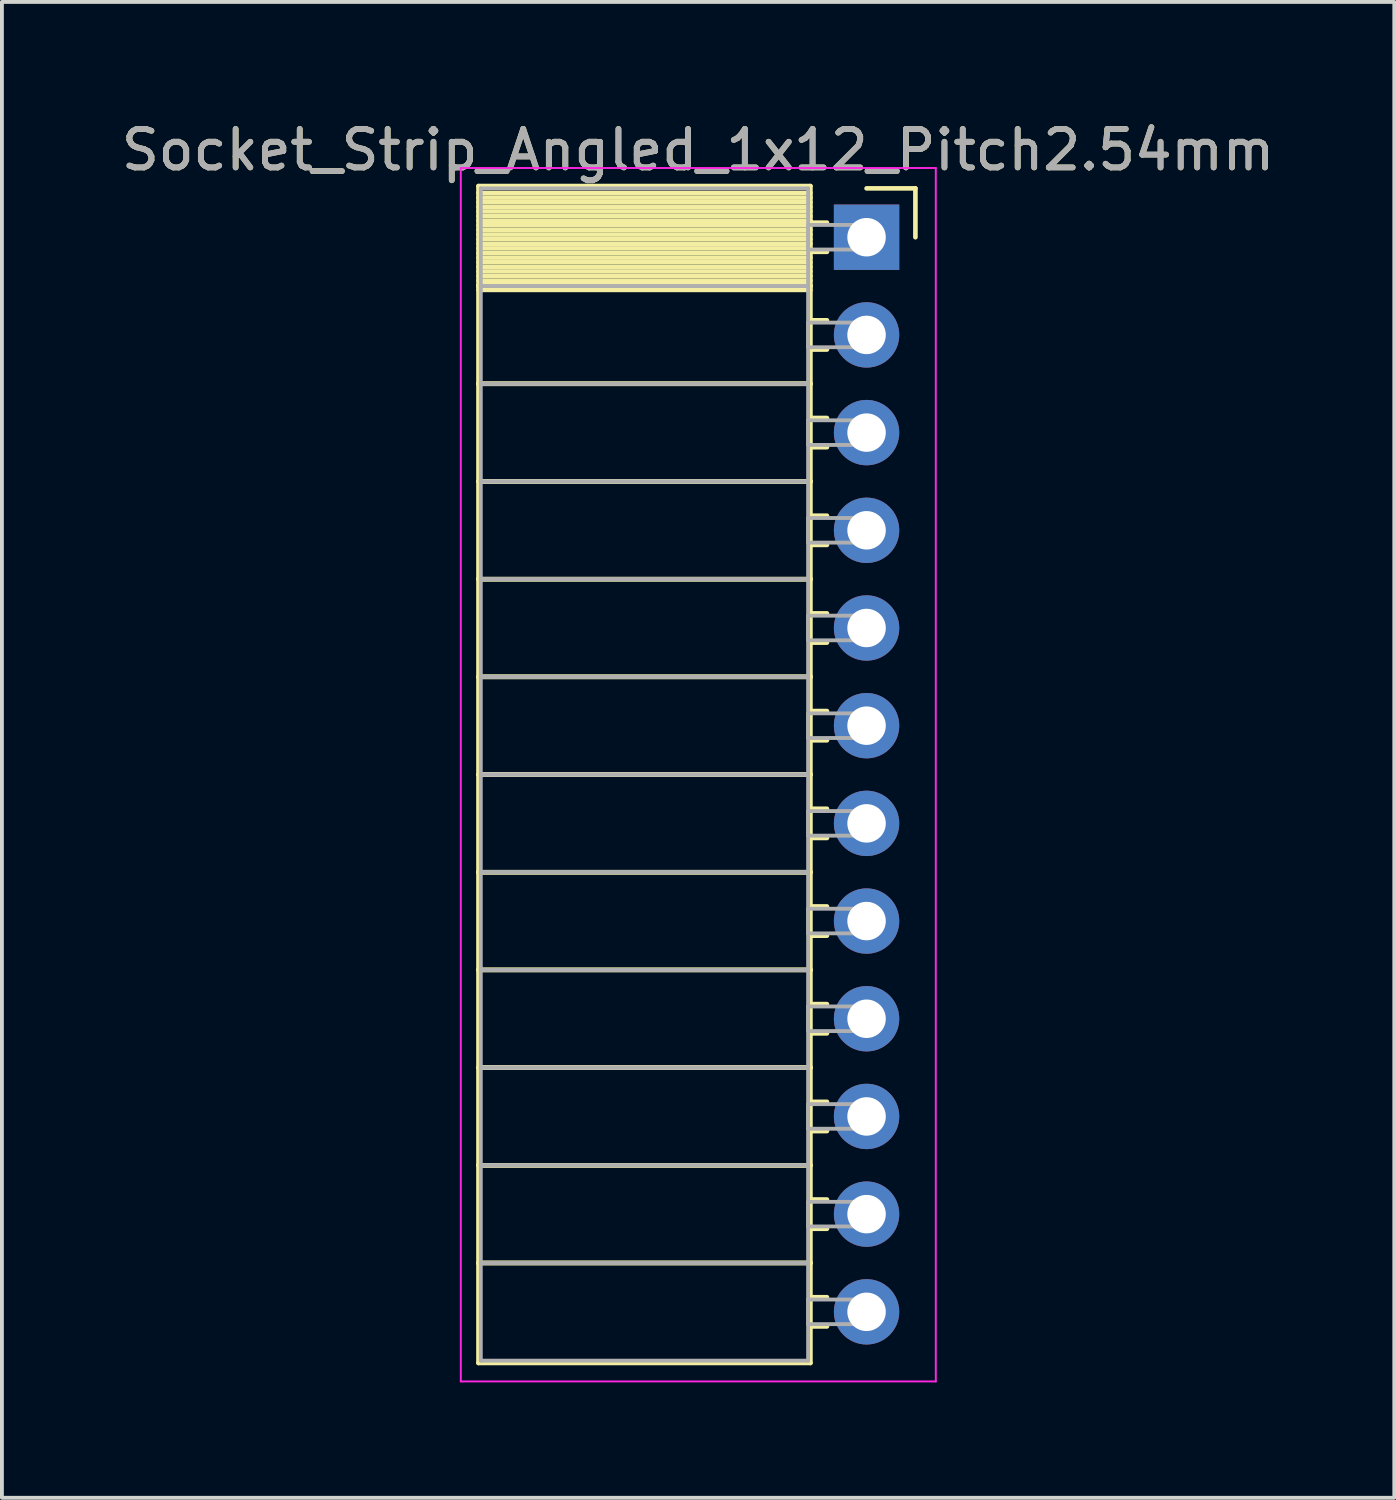
<source format=kicad_pcb>
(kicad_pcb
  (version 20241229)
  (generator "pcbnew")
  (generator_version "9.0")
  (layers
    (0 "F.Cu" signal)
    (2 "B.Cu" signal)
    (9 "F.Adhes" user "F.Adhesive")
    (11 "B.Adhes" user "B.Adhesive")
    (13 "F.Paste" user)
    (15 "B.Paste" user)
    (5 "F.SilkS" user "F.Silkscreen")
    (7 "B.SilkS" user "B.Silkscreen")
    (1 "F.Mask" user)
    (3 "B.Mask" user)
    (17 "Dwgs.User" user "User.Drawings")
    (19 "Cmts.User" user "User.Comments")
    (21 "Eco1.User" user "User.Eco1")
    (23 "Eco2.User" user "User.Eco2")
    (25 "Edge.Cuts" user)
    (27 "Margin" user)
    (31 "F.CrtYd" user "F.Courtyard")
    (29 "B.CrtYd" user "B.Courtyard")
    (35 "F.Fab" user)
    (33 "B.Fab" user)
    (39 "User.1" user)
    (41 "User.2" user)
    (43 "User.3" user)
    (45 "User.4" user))
  (footprint "Socket_Strip_Angled_1x12_Pitch2.54mm"
    (layer "F.Cu")
    (at 19.481 3.118)
    (property "Reference" "Socket_Strip_Angled_1x12_Pitch2.54mm" (at -4.38 -2.27 0) (layer "F.SilkS") (effects (font (size 1 1) (thickness 0.15))))
    (attr through_hole)
    (fp_line (start -10.09 -1.33) (end -1.46 -1.33) (stroke (width 0.12) (type solid)) (layer "F.SilkS"))
    (fp_line (start -10.09 1.27) (end -10.09 -1.33) (stroke (width 0.12) (type solid)) (layer "F.SilkS"))
    (fp_line (start -10.09 1.27) (end -1.46 1.27) (stroke (width 0.12) (type solid)) (layer "F.SilkS"))
    (fp_line (start -10.09 3.81) (end -10.09 1.27) (stroke (width 0.12) (type solid)) (layer "F.SilkS"))
    (fp_line (start -10.09 3.81) (end -1.46 3.81) (stroke (width 0.12) (type solid)) (layer "F.SilkS"))
    (fp_line (start -10.09 6.35) (end -10.09 3.81) (stroke (width 0.12) (type solid)) (layer "F.SilkS"))
    (fp_line (start -10.09 6.35) (end -1.46 6.35) (stroke (width 0.12) (type solid)) (layer "F.SilkS"))
    (fp_line (start -10.09 8.89) (end -10.09 6.35) (stroke (width 0.12) (type solid)) (layer "F.SilkS"))
    (fp_line (start -10.09 8.89) (end -1.46 8.89) (stroke (width 0.12) (type solid)) (layer "F.SilkS"))
    (fp_line (start -10.09 11.43) (end -10.09 8.89) (stroke (width 0.12) (type solid)) (layer "F.SilkS"))
    (fp_line (start -10.09 11.43) (end -1.46 11.43) (stroke (width 0.12) (type solid)) (layer "F.SilkS"))
    (fp_line (start -10.09 13.97) (end -10.09 11.43) (stroke (width 0.12) (type solid)) (layer "F.SilkS"))
    (fp_line (start -10.09 13.97) (end -1.46 13.97) (stroke (width 0.12) (type solid)) (layer "F.SilkS"))
    (fp_line (start -10.09 16.51) (end -10.09 13.97) (stroke (width 0.12) (type solid)) (layer "F.SilkS"))
    (fp_line (start -10.09 16.51) (end -1.46 16.51) (stroke (width 0.12) (type solid)) (layer "F.SilkS"))
    (fp_line (start -10.09 19.05) (end -10.09 16.51) (stroke (width 0.12) (type solid)) (layer "F.SilkS"))
    (fp_line (start -10.09 19.05) (end -1.46 19.05) (stroke (width 0.12) (type solid)) (layer "F.SilkS"))
    (fp_line (start -10.09 21.59) (end -10.09 19.05) (stroke (width 0.12) (type solid)) (layer "F.SilkS"))
    (fp_line (start -10.09 21.59) (end -1.46 21.59) (stroke (width 0.12) (type solid)) (layer "F.SilkS"))
    (fp_line (start -10.09 24.13) (end -10.09 21.59) (stroke (width 0.12) (type solid)) (layer "F.SilkS"))
    (fp_line (start -10.09 24.13) (end -1.46 24.13) (stroke (width 0.12) (type solid)) (layer "F.SilkS"))
    (fp_line (start -10.09 26.67) (end -10.09 24.13) (stroke (width 0.12) (type solid)) (layer "F.SilkS"))
    (fp_line (start -10.09 26.67) (end -1.46 26.67) (stroke (width 0.12) (type solid)) (layer "F.SilkS"))
    (fp_line (start -10.09 29.27) (end -10.09 26.67) (stroke (width 0.12) (type solid)) (layer "F.SilkS"))
    (fp_line (start -1.46 -1.33) (end -1.46 1.27) (stroke (width 0.12) (type solid)) (layer "F.SilkS"))
    (fp_line (start -1.46 -1.15) (end -10.09 -1.15) (stroke (width 0.12) (type solid)) (layer "F.SilkS"))
    (fp_line (start -1.46 -1.03) (end -10.09 -1.03) (stroke (width 0.12) (type solid)) (layer "F.SilkS"))
    (fp_line (start -1.46 -0.91) (end -10.09 -0.91) (stroke (width 0.12) (type solid)) (layer "F.SilkS"))
    (fp_line (start -1.46 -0.79) (end -10.09 -0.79) (stroke (width 0.12) (type solid)) (layer "F.SilkS"))
    (fp_line (start -1.46 -0.67) (end -10.09 -0.67) (stroke (width 0.12) (type solid)) (layer "F.SilkS"))
    (fp_line (start -1.46 -0.55) (end -10.09 -0.55) (stroke (width 0.12) (type solid)) (layer "F.SilkS"))
    (fp_line (start -1.46 -0.43) (end -10.09 -0.43) (stroke (width 0.12) (type solid)) (layer "F.SilkS"))
    (fp_line (start -1.46 -0.31) (end -10.09 -0.31) (stroke (width 0.12) (type solid)) (layer "F.SilkS"))
    (fp_line (start -1.46 -0.19) (end -10.09 -0.19) (stroke (width 0.12) (type solid)) (layer "F.SilkS"))
    (fp_line (start -1.46 -0.07) (end -10.09 -0.07) (stroke (width 0.12) (type solid)) (layer "F.SilkS"))
    (fp_line (start -1.46 0.05) (end -10.09 0.05) (stroke (width 0.12) (type solid)) (layer "F.SilkS"))
    (fp_line (start -1.46 0.17) (end -10.09 0.17) (stroke (width 0.12) (type solid)) (layer "F.SilkS"))
    (fp_line (start -1.46 0.29) (end -10.09 0.29) (stroke (width 0.12) (type solid)) (layer "F.SilkS"))
    (fp_line (start -1.46 0.41) (end -10.09 0.41) (stroke (width 0.12) (type solid)) (layer "F.SilkS"))
    (fp_line (start -1.46 0.53) (end -10.09 0.53) (stroke (width 0.12) (type solid)) (layer "F.SilkS"))
    (fp_line (start -1.46 0.65) (end -10.09 0.65) (stroke (width 0.12) (type solid)) (layer "F.SilkS"))
    (fp_line (start -1.46 0.77) (end -10.09 0.77) (stroke (width 0.12) (type solid)) (layer "F.SilkS"))
    (fp_line (start -1.46 0.89) (end -10.09 0.89) (stroke (width 0.12) (type solid)) (layer "F.SilkS"))
    (fp_line (start -1.46 1.01) (end -10.09 1.01) (stroke (width 0.12) (type solid)) (layer "F.SilkS"))
    (fp_line (start -1.46 1.13) (end -10.09 1.13) (stroke (width 0.12) (type solid)) (layer "F.SilkS"))
    (fp_line (start -1.46 1.25) (end -10.09 1.25) (stroke (width 0.12) (type solid)) (layer "F.SilkS"))
    (fp_line (start -1.46 1.27) (end -10.09 1.27) (stroke (width 0.12) (type solid)) (layer "F.SilkS"))
    (fp_line (start -1.46 1.27) (end -1.46 3.81) (stroke (width 0.12) (type solid)) (layer "F.SilkS"))
    (fp_line (start -1.46 1.37) (end -10.09 1.37) (stroke (width 0.12) (type solid)) (layer "F.SilkS"))
    (fp_line (start -1.46 3.81) (end -10.09 3.81) (stroke (width 0.12) (type solid)) (layer "F.SilkS"))
    (fp_line (start -1.46 3.81) (end -1.46 6.35) (stroke (width 0.12) (type solid)) (layer "F.SilkS"))
    (fp_line (start -1.46 6.35) (end -10.09 6.35) (stroke (width 0.12) (type solid)) (layer "F.SilkS"))
    (fp_line (start -1.46 6.35) (end -1.46 8.89) (stroke (width 0.12) (type solid)) (layer "F.SilkS"))
    (fp_line (start -1.46 8.89) (end -10.09 8.89) (stroke (width 0.12) (type solid)) (layer "F.SilkS"))
    (fp_line (start -1.46 8.89) (end -1.46 11.43) (stroke (width 0.12) (type solid)) (layer "F.SilkS"))
    (fp_line (start -1.46 11.43) (end -10.09 11.43) (stroke (width 0.12) (type solid)) (layer "F.SilkS"))
    (fp_line (start -1.46 11.43) (end -1.46 13.97) (stroke (width 0.12) (type solid)) (layer "F.SilkS"))
    (fp_line (start -1.46 13.97) (end -10.09 13.97) (stroke (width 0.12) (type solid)) (layer "F.SilkS"))
    (fp_line (start -1.46 13.97) (end -1.46 16.51) (stroke (width 0.12) (type solid)) (layer "F.SilkS"))
    (fp_line (start -1.46 16.51) (end -10.09 16.51) (stroke (width 0.12) (type solid)) (layer "F.SilkS"))
    (fp_line (start -1.46 16.51) (end -1.46 19.05) (stroke (width 0.12) (type solid)) (layer "F.SilkS"))
    (fp_line (start -1.46 19.05) (end -10.09 19.05) (stroke (width 0.12) (type solid)) (layer "F.SilkS"))
    (fp_line (start -1.46 19.05) (end -1.46 21.59) (stroke (width 0.12) (type solid)) (layer "F.SilkS"))
    (fp_line (start -1.46 21.59) (end -10.09 21.59) (stroke (width 0.12) (type solid)) (layer "F.SilkS"))
    (fp_line (start -1.46 21.59) (end -1.46 24.13) (stroke (width 0.12) (type solid)) (layer "F.SilkS"))
    (fp_line (start -1.46 24.13) (end -10.09 24.13) (stroke (width 0.12) (type solid)) (layer "F.SilkS"))
    (fp_line (start -1.46 24.13) (end -1.46 26.67) (stroke (width 0.12) (type solid)) (layer "F.SilkS"))
    (fp_line (start -1.46 26.67) (end -10.09 26.67) (stroke (width 0.12) (type solid)) (layer "F.SilkS"))
    (fp_line (start -1.46 26.67) (end -1.46 29.27) (stroke (width 0.12) (type solid)) (layer "F.SilkS"))
    (fp_line (start -1.46 29.27) (end -10.09 29.27) (stroke (width 0.12) (type solid)) (layer "F.SilkS"))
    (fp_line (start -1.03 -0.38) (end -1.46 -0.38) (stroke (width 0.12) (type solid)) (layer "F.SilkS"))
    (fp_line (start -1.03 0.38) (end -1.46 0.38) (stroke (width 0.12) (type solid)) (layer "F.SilkS"))
    (fp_line (start -1.03 2.16) (end -1.46 2.16) (stroke (width 0.12) (type solid)) (layer "F.SilkS"))
    (fp_line (start -1.03 2.92) (end -1.46 2.92) (stroke (width 0.12) (type solid)) (layer "F.SilkS"))
    (fp_line (start -1.03 4.7) (end -1.46 4.7) (stroke (width 0.12) (type solid)) (layer "F.SilkS"))
    (fp_line (start -1.03 5.46) (end -1.46 5.46) (stroke (width 0.12) (type solid)) (layer "F.SilkS"))
    (fp_line (start -1.03 7.24) (end -1.46 7.24) (stroke (width 0.12) (type solid)) (layer "F.SilkS"))
    (fp_line (start -1.03 8) (end -1.46 8) (stroke (width 0.12) (type solid)) (layer "F.SilkS"))
    (fp_line (start -1.03 9.78) (end -1.46 9.78) (stroke (width 0.12) (type solid)) (layer "F.SilkS"))
    (fp_line (start -1.03 10.54) (end -1.46 10.54) (stroke (width 0.12) (type solid)) (layer "F.SilkS"))
    (fp_line (start -1.03 12.32) (end -1.46 12.32) (stroke (width 0.12) (type solid)) (layer "F.SilkS"))
    (fp_line (start -1.03 13.08) (end -1.46 13.08) (stroke (width 0.12) (type solid)) (layer "F.SilkS"))
    (fp_line (start -1.03 14.86) (end -1.46 14.86) (stroke (width 0.12) (type solid)) (layer "F.SilkS"))
    (fp_line (start -1.03 15.62) (end -1.46 15.62) (stroke (width 0.12) (type solid)) (layer "F.SilkS"))
    (fp_line (start -1.03 17.4) (end -1.46 17.4) (stroke (width 0.12) (type solid)) (layer "F.SilkS"))
    (fp_line (start -1.03 18.16) (end -1.46 18.16) (stroke (width 0.12) (type solid)) (layer "F.SilkS"))
    (fp_line (start -1.03 19.94) (end -1.46 19.94) (stroke (width 0.12) (type solid)) (layer "F.SilkS"))
    (fp_line (start -1.03 20.7) (end -1.46 20.7) (stroke (width 0.12) (type solid)) (layer "F.SilkS"))
    (fp_line (start -1.03 22.48) (end -1.46 22.48) (stroke (width 0.12) (type solid)) (layer "F.SilkS"))
    (fp_line (start -1.03 23.24) (end -1.46 23.24) (stroke (width 0.12) (type solid)) (layer "F.SilkS"))
    (fp_line (start -1.03 25.02) (end -1.46 25.02) (stroke (width 0.12) (type solid)) (layer "F.SilkS"))
    (fp_line (start -1.03 25.78) (end -1.46 25.78) (stroke (width 0.12) (type solid)) (layer "F.SilkS"))
    (fp_line (start -1.03 27.56) (end -1.46 27.56) (stroke (width 0.12) (type solid)) (layer "F.SilkS"))
    (fp_line (start -1.03 28.32) (end -1.46 28.32) (stroke (width 0.12) (type solid)) (layer "F.SilkS"))
    (fp_line (start 0 -1.27) (end 1.27 -1.27) (stroke (width 0.12) (type solid)) (layer "F.SilkS"))
    (fp_line (start 1.27 -1.27) (end 1.27 0) (stroke (width 0.12) (type solid)) (layer "F.SilkS"))
    (fp_line (start -10.55 -1.8) (end 1.8 -1.8) (stroke (width 0.05) (type solid)) (layer "F.CrtYd"))
    (fp_line (start -10.55 29.75) (end -10.55 -1.8) (stroke (width 0.05) (type solid)) (layer "F.CrtYd"))
    (fp_line (start 1.8 -1.8) (end 1.8 29.75) (stroke (width 0.05) (type solid)) (layer "F.CrtYd"))
    (fp_line (start 1.8 29.75) (end -10.55 29.75) (stroke (width 0.05) (type solid)) (layer "F.CrtYd"))
    (fp_line (start -10.03 -1.27) (end -1.52 -1.27) (stroke (width 0.1) (type solid)) (layer "F.Fab"))
    (fp_line (start -10.03 1.27) (end -10.03 -1.27) (stroke (width 0.1) (type solid)) (layer "F.Fab"))
    (fp_line (start -10.03 1.27) (end -1.52 1.27) (stroke (width 0.1) (type solid)) (layer "F.Fab"))
    (fp_line (start -10.03 3.81) (end -10.03 1.27) (stroke (width 0.1) (type solid)) (layer "F.Fab"))
    (fp_line (start -10.03 3.81) (end -1.52 3.81) (stroke (width 0.1) (type solid)) (layer "F.Fab"))
    (fp_line (start -10.03 6.35) (end -10.03 3.81) (stroke (width 0.1) (type solid)) (layer "F.Fab"))
    (fp_line (start -10.03 6.35) (end -1.52 6.35) (stroke (width 0.1) (type solid)) (layer "F.Fab"))
    (fp_line (start -10.03 8.89) (end -10.03 6.35) (stroke (width 0.1) (type solid)) (layer "F.Fab"))
    (fp_line (start -10.03 8.89) (end -1.52 8.89) (stroke (width 0.1) (type solid)) (layer "F.Fab"))
    (fp_line (start -10.03 11.43) (end -10.03 8.89) (stroke (width 0.1) (type solid)) (layer "F.Fab"))
    (fp_line (start -10.03 11.43) (end -1.52 11.43) (stroke (width 0.1) (type solid)) (layer "F.Fab"))
    (fp_line (start -10.03 13.97) (end -10.03 11.43) (stroke (width 0.1) (type solid)) (layer "F.Fab"))
    (fp_line (start -10.03 13.97) (end -1.52 13.97) (stroke (width 0.1) (type solid)) (layer "F.Fab"))
    (fp_line (start -10.03 16.51) (end -10.03 13.97) (stroke (width 0.1) (type solid)) (layer "F.Fab"))
    (fp_line (start -10.03 16.51) (end -1.52 16.51) (stroke (width 0.1) (type solid)) (layer "F.Fab"))
    (fp_line (start -10.03 19.05) (end -10.03 16.51) (stroke (width 0.1) (type solid)) (layer "F.Fab"))
    (fp_line (start -10.03 19.05) (end -1.52 19.05) (stroke (width 0.1) (type solid)) (layer "F.Fab"))
    (fp_line (start -10.03 21.59) (end -10.03 19.05) (stroke (width 0.1) (type solid)) (layer "F.Fab"))
    (fp_line (start -10.03 21.59) (end -1.52 21.59) (stroke (width 0.1) (type solid)) (layer "F.Fab"))
    (fp_line (start -10.03 24.13) (end -10.03 21.59) (stroke (width 0.1) (type solid)) (layer "F.Fab"))
    (fp_line (start -10.03 24.13) (end -1.52 24.13) (stroke (width 0.1) (type solid)) (layer "F.Fab"))
    (fp_line (start -10.03 26.67) (end -10.03 24.13) (stroke (width 0.1) (type solid)) (layer "F.Fab"))
    (fp_line (start -10.03 26.67) (end -1.52 26.67) (stroke (width 0.1) (type solid)) (layer "F.Fab"))
    (fp_line (start -10.03 29.21) (end -10.03 26.67) (stroke (width 0.1) (type solid)) (layer "F.Fab"))
    (fp_line (start -1.52 -1.27) (end -1.52 1.27) (stroke (width 0.1) (type solid)) (layer "F.Fab"))
    (fp_line (start -1.52 -0.32) (end 0 -0.32) (stroke (width 0.1) (type solid)) (layer "F.Fab"))
    (fp_line (start -1.52 0.32) (end -1.52 -0.32) (stroke (width 0.1) (type solid)) (layer "F.Fab"))
    (fp_line (start -1.52 1.27) (end -10.03 1.27) (stroke (width 0.1) (type solid)) (layer "F.Fab"))
    (fp_line (start -1.52 1.27) (end -1.52 3.81) (stroke (width 0.1) (type solid)) (layer "F.Fab"))
    (fp_line (start -1.52 2.22) (end 0 2.22) (stroke (width 0.1) (type solid)) (layer "F.Fab"))
    (fp_line (start -1.52 2.86) (end -1.52 2.22) (stroke (width 0.1) (type solid)) (layer "F.Fab"))
    (fp_line (start -1.52 3.81) (end -10.03 3.81) (stroke (width 0.1) (type solid)) (layer "F.Fab"))
    (fp_line (start -1.52 3.81) (end -1.52 6.35) (stroke (width 0.1) (type solid)) (layer "F.Fab"))
    (fp_line (start -1.52 4.76) (end 0 4.76) (stroke (width 0.1) (type solid)) (layer "F.Fab"))
    (fp_line (start -1.52 5.4) (end -1.52 4.76) (stroke (width 0.1) (type solid)) (layer "F.Fab"))
    (fp_line (start -1.52 6.35) (end -10.03 6.35) (stroke (width 0.1) (type solid)) (layer "F.Fab"))
    (fp_line (start -1.52 6.35) (end -1.52 8.89) (stroke (width 0.1) (type solid)) (layer "F.Fab"))
    (fp_line (start -1.52 7.3) (end 0 7.3) (stroke (width 0.1) (type solid)) (layer "F.Fab"))
    (fp_line (start -1.52 7.94) (end -1.52 7.3) (stroke (width 0.1) (type solid)) (layer "F.Fab"))
    (fp_line (start -1.52 8.89) (end -10.03 8.89) (stroke (width 0.1) (type solid)) (layer "F.Fab"))
    (fp_line (start -1.52 8.89) (end -1.52 11.43) (stroke (width 0.1) (type solid)) (layer "F.Fab"))
    (fp_line (start -1.52 9.84) (end 0 9.84) (stroke (width 0.1) (type solid)) (layer "F.Fab"))
    (fp_line (start -1.52 10.48) (end -1.52 9.84) (stroke (width 0.1) (type solid)) (layer "F.Fab"))
    (fp_line (start -1.52 11.43) (end -10.03 11.43) (stroke (width 0.1) (type solid)) (layer "F.Fab"))
    (fp_line (start -1.52 11.43) (end -1.52 13.97) (stroke (width 0.1) (type solid)) (layer "F.Fab"))
    (fp_line (start -1.52 12.38) (end 0 12.38) (stroke (width 0.1) (type solid)) (layer "F.Fab"))
    (fp_line (start -1.52 13.02) (end -1.52 12.38) (stroke (width 0.1) (type solid)) (layer "F.Fab"))
    (fp_line (start -1.52 13.97) (end -10.03 13.97) (stroke (width 0.1) (type solid)) (layer "F.Fab"))
    (fp_line (start -1.52 13.97) (end -1.52 16.51) (stroke (width 0.1) (type solid)) (layer "F.Fab"))
    (fp_line (start -1.52 14.92) (end 0 14.92) (stroke (width 0.1) (type solid)) (layer "F.Fab"))
    (fp_line (start -1.52 15.56) (end -1.52 14.92) (stroke (width 0.1) (type solid)) (layer "F.Fab"))
    (fp_line (start -1.52 16.51) (end -10.03 16.51) (stroke (width 0.1) (type solid)) (layer "F.Fab"))
    (fp_line (start -1.52 16.51) (end -1.52 19.05) (stroke (width 0.1) (type solid)) (layer "F.Fab"))
    (fp_line (start -1.52 17.46) (end 0 17.46) (stroke (width 0.1) (type solid)) (layer "F.Fab"))
    (fp_line (start -1.52 18.1) (end -1.52 17.46) (stroke (width 0.1) (type solid)) (layer "F.Fab"))
    (fp_line (start -1.52 19.05) (end -10.03 19.05) (stroke (width 0.1) (type solid)) (layer "F.Fab"))
    (fp_line (start -1.52 19.05) (end -1.52 21.59) (stroke (width 0.1) (type solid)) (layer "F.Fab"))
    (fp_line (start -1.52 20) (end 0 20) (stroke (width 0.1) (type solid)) (layer "F.Fab"))
    (fp_line (start -1.52 20.64) (end -1.52 20) (stroke (width 0.1) (type solid)) (layer "F.Fab"))
    (fp_line (start -1.52 21.59) (end -10.03 21.59) (stroke (width 0.1) (type solid)) (layer "F.Fab"))
    (fp_line (start -1.52 21.59) (end -1.52 24.13) (stroke (width 0.1) (type solid)) (layer "F.Fab"))
    (fp_line (start -1.52 22.54) (end 0 22.54) (stroke (width 0.1) (type solid)) (layer "F.Fab"))
    (fp_line (start -1.52 23.18) (end -1.52 22.54) (stroke (width 0.1) (type solid)) (layer "F.Fab"))
    (fp_line (start -1.52 24.13) (end -10.03 24.13) (stroke (width 0.1) (type solid)) (layer "F.Fab"))
    (fp_line (start -1.52 24.13) (end -1.52 26.67) (stroke (width 0.1) (type solid)) (layer "F.Fab"))
    (fp_line (start -1.52 25.08) (end 0 25.08) (stroke (width 0.1) (type solid)) (layer "F.Fab"))
    (fp_line (start -1.52 25.72) (end -1.52 25.08) (stroke (width 0.1) (type solid)) (layer "F.Fab"))
    (fp_line (start -1.52 26.67) (end -10.03 26.67) (stroke (width 0.1) (type solid)) (layer "F.Fab"))
    (fp_line (start -1.52 26.67) (end -1.52 29.21) (stroke (width 0.1) (type solid)) (layer "F.Fab"))
    (fp_line (start -1.52 27.62) (end 0 27.62) (stroke (width 0.1) (type solid)) (layer "F.Fab"))
    (fp_line (start -1.52 28.26) (end -1.52 27.62) (stroke (width 0.1) (type solid)) (layer "F.Fab"))
    (fp_line (start -1.52 29.21) (end -10.03 29.21) (stroke (width 0.1) (type solid)) (layer "F.Fab"))
    (fp_line (start 0 -0.32) (end 0 0.32) (stroke (width 0.1) (type solid)) (layer "F.Fab"))
    (fp_line (start 0 0.32) (end -1.52 0.32) (stroke (width 0.1) (type solid)) (layer "F.Fab"))
    (fp_line (start 0 2.22) (end 0 2.86) (stroke (width 0.1) (type solid)) (layer "F.Fab"))
    (fp_line (start 0 2.86) (end -1.52 2.86) (stroke (width 0.1) (type solid)) (layer "F.Fab"))
    (fp_line (start 0 4.76) (end 0 5.4) (stroke (width 0.1) (type solid)) (layer "F.Fab"))
    (fp_line (start 0 5.4) (end -1.52 5.4) (stroke (width 0.1) (type solid)) (layer "F.Fab"))
    (fp_line (start 0 7.3) (end 0 7.94) (stroke (width 0.1) (type solid)) (layer "F.Fab"))
    (fp_line (start 0 7.94) (end -1.52 7.94) (stroke (width 0.1) (type solid)) (layer "F.Fab"))
    (fp_line (start 0 9.84) (end 0 10.48) (stroke (width 0.1) (type solid)) (layer "F.Fab"))
    (fp_line (start 0 10.48) (end -1.52 10.48) (stroke (width 0.1) (type solid)) (layer "F.Fab"))
    (fp_line (start 0 12.38) (end 0 13.02) (stroke (width 0.1) (type solid)) (layer "F.Fab"))
    (fp_line (start 0 13.02) (end -1.52 13.02) (stroke (width 0.1) (type solid)) (layer "F.Fab"))
    (fp_line (start 0 14.92) (end 0 15.56) (stroke (width 0.1) (type solid)) (layer "F.Fab"))
    (fp_line (start 0 15.56) (end -1.52 15.56) (stroke (width 0.1) (type solid)) (layer "F.Fab"))
    (fp_line (start 0 17.46) (end 0 18.1) (stroke (width 0.1) (type solid)) (layer "F.Fab"))
    (fp_line (start 0 18.1) (end -1.52 18.1) (stroke (width 0.1) (type solid)) (layer "F.Fab"))
    (fp_line (start 0 20) (end 0 20.64) (stroke (width 0.1) (type solid)) (layer "F.Fab"))
    (fp_line (start 0 20.64) (end -1.52 20.64) (stroke (width 0.1) (type solid)) (layer "F.Fab"))
    (fp_line (start 0 22.54) (end 0 23.18) (stroke (width 0.1) (type solid)) (layer "F.Fab"))
    (fp_line (start 0 23.18) (end -1.52 23.18) (stroke (width 0.1) (type solid)) (layer "F.Fab"))
    (fp_line (start 0 25.08) (end 0 25.72) (stroke (width 0.1) (type solid)) (layer "F.Fab"))
    (fp_line (start 0 25.72) (end -1.52 25.72) (stroke (width 0.1) (type solid)) (layer "F.Fab"))
    (fp_line (start 0 27.62) (end 0 28.26) (stroke (width 0.1) (type solid)) (layer "F.Fab"))
    (fp_line (start 0 28.26) (end -1.52 28.26) (stroke (width 0.1) (type solid)) (layer "F.Fab"))
    (fp_text user "${REFERENCE}" (at -4.38 -2.27 0) (layer "F.Fab") (effects (font (size 1 1) (thickness 0.15))))
    (pad "1" thru_hole rect (at 0 0) (size 1.7 1.7) (drill 1) (layers "*.Cu" "*.Mask"))
    (pad "2" thru_hole oval (at 0 2.54) (size 1.7 1.7) (drill 1) (layers "*.Cu" "*.Mask"))
    (pad "3" thru_hole oval (at 0 5.08) (size 1.7 1.7) (drill 1) (layers "*.Cu" "*.Mask"))
    (pad "4" thru_hole oval (at 0 7.62) (size 1.7 1.7) (drill 1) (layers "*.Cu" "*.Mask"))
    (pad "5" thru_hole oval (at 0 10.16) (size 1.7 1.7) (drill 1) (layers "*.Cu" "*.Mask"))
    (pad "6" thru_hole oval (at 0 12.7) (size 1.7 1.7) (drill 1) (layers "*.Cu" "*.Mask"))
    (pad "7" thru_hole oval (at 0 15.24) (size 1.7 1.7) (drill 1) (layers "*.Cu" "*.Mask"))
    (pad "8" thru_hole oval (at 0 17.78) (size 1.7 1.7) (drill 1) (layers "*.Cu" "*.Mask"))
    (pad "9" thru_hole oval (at 0 20.32) (size 1.7 1.7) (drill 1) (layers "*.Cu" "*.Mask"))
    (pad "10" thru_hole oval (at 0 22.86) (size 1.7 1.7) (drill 1) (layers "*.Cu" "*.Mask"))
    (pad "11" thru_hole oval (at 0 25.4) (size 1.7 1.7) (drill 1) (layers "*.Cu" "*.Mask"))
    (pad "12" thru_hole oval (at 0 27.94) (size 1.7 1.7) (drill 1) (layers "*.Cu" "*.Mask")))
  (gr_rect
    (start -3 -3)
    (end 33.202 35.893)
    (stroke (width 0.1) (type default))
    (fill no)
    (layer "Edge.Cuts")))
</source>
